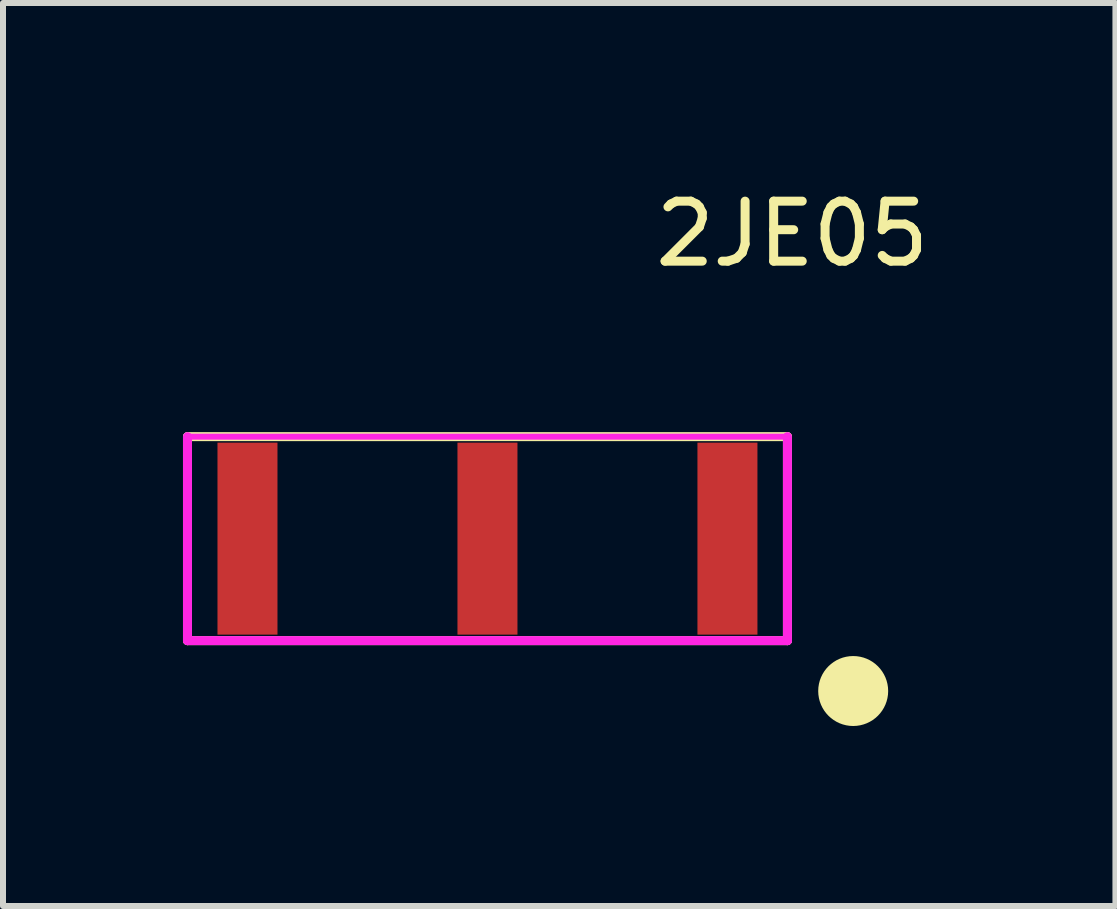
<source format=kicad_pcb>
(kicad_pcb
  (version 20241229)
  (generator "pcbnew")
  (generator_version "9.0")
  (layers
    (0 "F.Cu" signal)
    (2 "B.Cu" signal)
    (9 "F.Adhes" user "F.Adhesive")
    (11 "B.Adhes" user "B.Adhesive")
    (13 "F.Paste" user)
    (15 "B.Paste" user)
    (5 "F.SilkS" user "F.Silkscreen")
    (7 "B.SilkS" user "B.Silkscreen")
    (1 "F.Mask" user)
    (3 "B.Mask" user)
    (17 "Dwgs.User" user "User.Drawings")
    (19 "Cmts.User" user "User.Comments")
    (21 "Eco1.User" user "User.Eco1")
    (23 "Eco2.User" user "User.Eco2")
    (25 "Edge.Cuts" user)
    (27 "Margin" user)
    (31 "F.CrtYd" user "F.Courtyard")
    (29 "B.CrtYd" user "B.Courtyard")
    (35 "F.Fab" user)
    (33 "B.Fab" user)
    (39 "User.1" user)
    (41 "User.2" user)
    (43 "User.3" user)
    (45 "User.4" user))
  (footprint "2JE05"
    (layer "F.Cu")
    (at 5.075 5.928)
    (property "Reference" "2JE05" (at 5.08 -5.08 0) (layer "F.SilkS") (effects (font (size 1 1) (thickness 0.15))))
    (attr through_hole)
    (fp_line (start -5 -1.7) (end 5 -1.7) (stroke (width 0.15) (type solid)) (layer "F.SilkS"))
    (fp_line (start -5 1.7) (end -5 -1.7) (stroke (width 0.15) (type solid)) (layer "F.SilkS"))
    (fp_line (start 5 -1.7) (end 5 1.7) (stroke (width 0.15) (type solid)) (layer "F.SilkS"))
    (fp_line (start 5 1.7) (end -5 1.7) (stroke (width 0.15) (type solid)) (layer "F.SilkS"))
    (fp_circle (center 5.969 2.54) (end 6.096 2.54) (stroke (width 0.15) (type solid)) (fill no) (layer "F.SilkS"))
    (fp_circle (center 6.096 2.54) (end 6.223 2.54) (stroke (width 0.15) (type solid)) (fill no) (layer "F.SilkS"))
    (fp_circle (center 6.096 2.54) (end 6.35 2.54) (stroke (width 0.15) (type solid)) (fill no) (layer "F.SilkS"))
    (fp_circle (center 6.096 2.54) (end 6.477 2.54) (stroke (width 0.15) (type solid)) (fill no) (layer "F.SilkS"))
    (fp_circle (center 6.096 2.54) (end 6.604 2.54) (stroke (width 0.15) (type solid)) (fill no) (layer "F.SilkS"))
    (fp_line (start -5 -1.7) (end 5 -1.7) (stroke (width 0.1) (type solid)) (layer "F.CrtYd"))
    (fp_line (start -5 1.7) (end -5 -1.7) (stroke (width 0.15) (type solid)) (layer "F.CrtYd"))
    (fp_line (start 5 -1.7) (end 5 1.7) (stroke (width 0.15) (type solid)) (layer "F.CrtYd"))
    (fp_line (start 5 1.7) (end -5 1.7) (stroke (width 0.15) (type solid)) (layer "F.CrtYd"))
    (pad "1" smd rect (at 4 0) (size 1 3.2) (layers "F.Cu" "F.Mask" "F.Paste"))
    (pad "2" smd rect (at 0 0) (size 1 3.2) (layers "F.Cu" "F.Mask" "F.Paste"))
    (pad "3" smd rect (at -4 0) (size 1 3.2) (layers "F.Cu" "F.Mask" "F.Paste")))
  (gr_rect
    (start -3 -3)
    (end 15.542 12.051)
    (stroke (width 0.1) (type default))
    (fill no)
    (layer "Edge.Cuts")))
</source>
